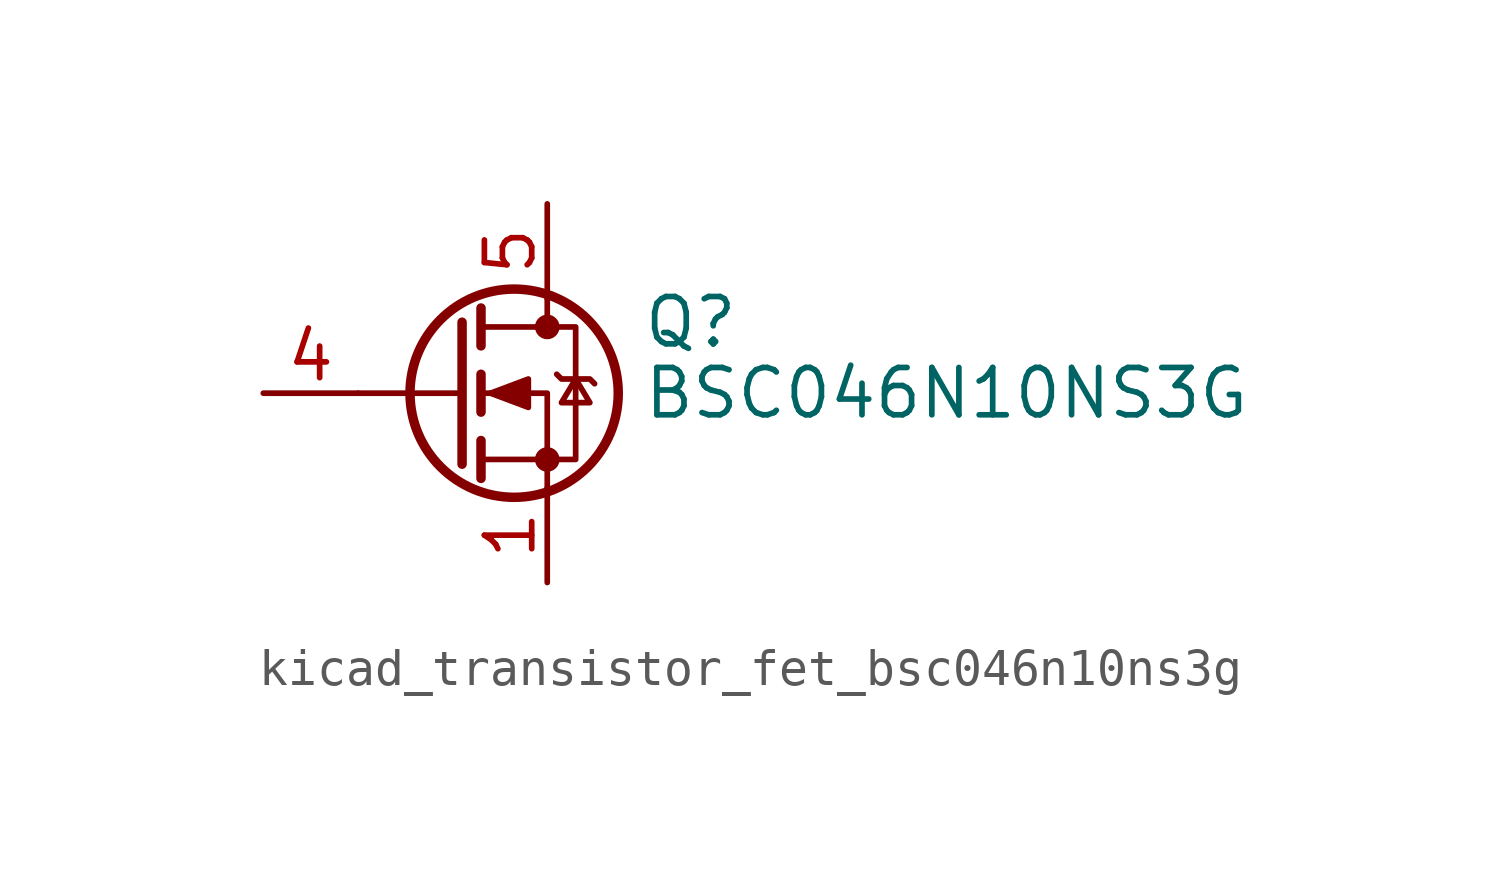
<source format=kicad_sym>
(kicad_symbol_lib
  (version 20220914)
  (generator kicad_symbol_editor)
  (symbol "kicad_transistor_fet_bsc046n10ns3g"
    (pin_names hide)
    (property "Reference" "Q"
      (at 5.08 1.905 0)
      (effects (font (size 1.27 1.27)) (justify left)))
    (property "Value" "BSC046N10NS3G"
      (at 5.08 0 0)
      (effects (font (size 1.27 1.27)) (justify left)))
    (symbol "kicad_transistor_fet_bsc046n10ns3g_0_1"
      (polyline (pts (xy 0.254 0) (xy -2.54 0)) (stroke (width 0) (type default)) (fill (type none)))
      (polyline (pts (xy 0.254 1.905) (xy 0.254 -1.905)) (stroke (width 0.254) (type default)) (fill (type none)))
      (polyline (pts (xy 0.762 -1.27) (xy 0.762 -2.286)) (stroke (width 0.254) (type default)) (fill (type none)))
      (polyline (pts (xy 0.762 0.508) (xy 0.762 -0.508)) (stroke (width 0.254) (type default)) (fill (type none)))
      (polyline (pts (xy 0.762 2.286) (xy 0.762 1.27)) (stroke (width 0.254) (type default)) (fill (type none)))
      (polyline (pts (xy 2.54 2.54) (xy 2.54 1.778)) (stroke (width 0) (type default)) (fill (type none)))
      (polyline (pts (xy 2.54 -2.54) (xy 2.54 0) (xy 0.762 0)) (stroke (width 0) (type default)) (fill (type none)))
      (polyline (pts (xy 0.762 -1.778) (xy 3.302 -1.778) (xy 3.302 1.778) (xy 0.762 1.778)) (stroke (width 0) (type default)) (fill (type none)))
      (polyline (pts (xy 1.016 0) (xy 2.032 0.381) (xy 2.032 -0.381) (xy 1.016 0)) (stroke (width 0) (type default)) (fill (type outline)))
      (polyline (pts (xy 2.794 0.508) (xy 2.921 0.381) (xy 3.683 0.381) (xy 3.81 0.254)) (stroke (width 0) (type default)) (fill (type none)))
      (polyline (pts (xy 3.302 0.381) (xy 2.921 -0.254) (xy 3.683 -0.254) (xy 3.302 0.381)) (stroke (width 0) (type default)) (fill (type none)))
      (circle (center 1.651 0) (radius 2.794) (stroke (width 0.254) (type default)) (fill (type none)))
      (circle (center 2.54 -1.778) (radius 0.254) (stroke (width 0) (type default)) (fill (type outline)))
      (circle (center 2.54 1.778) (radius 0.254) (stroke (width 0) (type default)) (fill (type outline))))
    (symbol "kicad_transistor_fet_bsc046n10ns3g_1_1"
      (pin passive line (at 2.54 -5.08 90) (length 2.54) (name "S" (effects (font (size 1.27 1.27)))) (number "1" (effects (font (size 1.27 1.27)))))
      (pin passive line (at 2.54 -5.08 90) (length 2.54) hide (name "S" (effects (font (size 1.27 1.27)))) (number "2" (effects (font (size 1.27 1.27)))))
      (pin passive line (at 2.54 -5.08 90) (length 2.54) hide (name "S" (effects (font (size 1.27 1.27)))) (number "3" (effects (font (size 1.27 1.27)))))
      (pin passive line (at -5.08 0 0) (length 2.54) (name "G" (effects (font (size 1.27 1.27)))) (number "4" (effects (font (size 1.27 1.27)))))
      (pin passive line (at 2.54 5.08 270) (length 2.54) (name "D" (effects (font (size 1.27 1.27)))) (number "5" (effects (font (size 1.27 1.27))))))))
</source>
